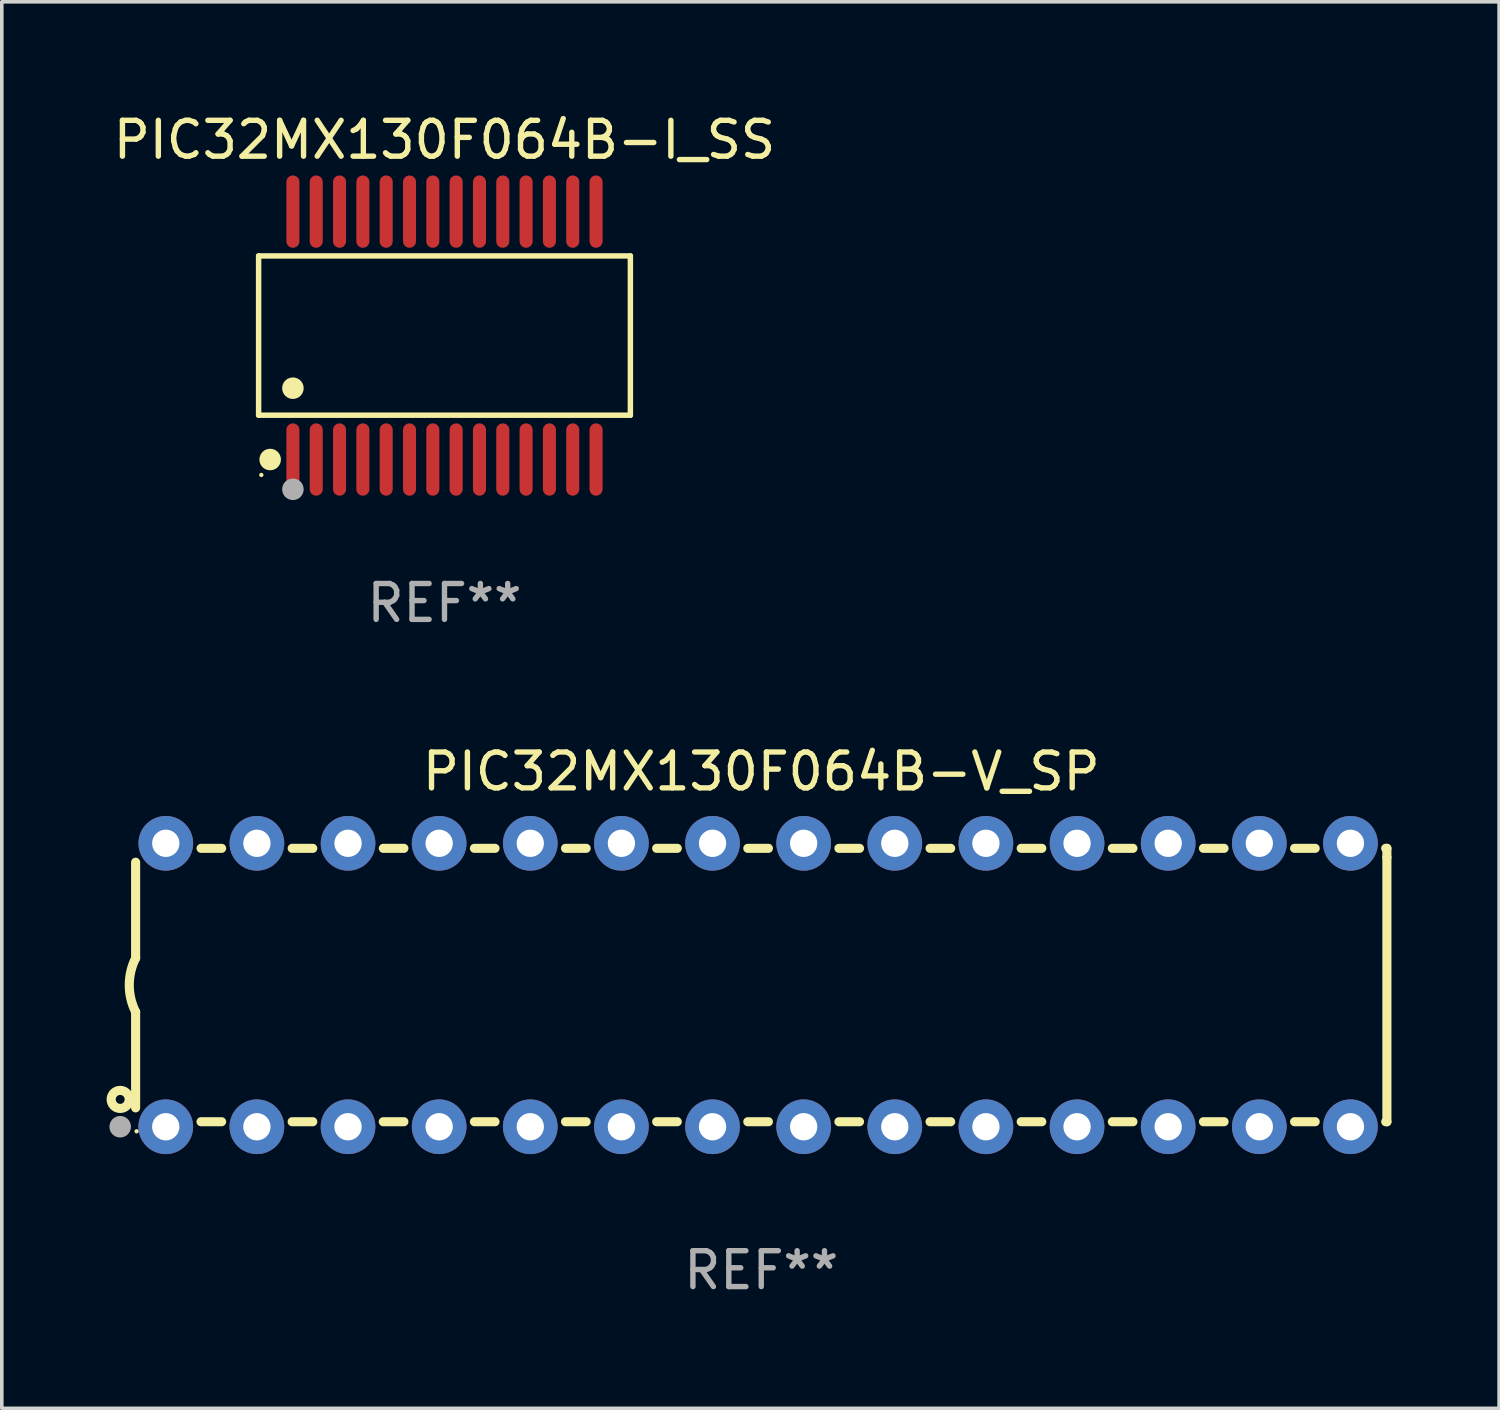
<source format=kicad_pcb>
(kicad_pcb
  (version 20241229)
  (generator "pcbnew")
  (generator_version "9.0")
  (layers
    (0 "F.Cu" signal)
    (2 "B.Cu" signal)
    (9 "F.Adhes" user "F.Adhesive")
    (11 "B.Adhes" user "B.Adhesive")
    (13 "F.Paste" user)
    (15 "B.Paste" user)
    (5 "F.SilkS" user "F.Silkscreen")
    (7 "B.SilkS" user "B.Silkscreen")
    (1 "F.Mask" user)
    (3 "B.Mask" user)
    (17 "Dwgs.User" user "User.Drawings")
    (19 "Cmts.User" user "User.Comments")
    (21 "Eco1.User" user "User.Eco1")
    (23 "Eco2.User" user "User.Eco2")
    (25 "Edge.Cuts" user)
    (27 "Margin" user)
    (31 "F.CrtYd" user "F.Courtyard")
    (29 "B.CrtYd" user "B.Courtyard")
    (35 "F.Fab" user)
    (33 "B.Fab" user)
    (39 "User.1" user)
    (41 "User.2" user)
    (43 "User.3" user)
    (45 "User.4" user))
  (footprint "PIC32MX130F064B-V_SP"
    (layer "F.Cu")
    (at 18.168 24.405)
    (property "Reference" "PIC32MX130F064B-V_SP" (at 0 -5.95 0) (layer "F.SilkS") (effects (font (size 1 1) (thickness 0.15))))
    (attr through_hole)
    (fp_line (start -17.438 0.75) (end -17.438 3.423) (stroke (width 0.254) (type solid)) (layer "F.SilkS"))
    (fp_line (start -17.438 -3.423) (end -17.438 -0.75) (stroke (width 0.254) (type solid)) (layer "F.SilkS"))
    (fp_line (start -15.615 3.81) (end -15.041 3.81) (stroke (width 0.254) (type solid)) (layer "F.SilkS"))
    (fp_line (start -15.041 -3.81) (end -15.614 -3.81) (stroke (width 0.254) (type solid)) (layer "F.SilkS"))
    (fp_line (start -13.075 3.81) (end -12.501 3.81) (stroke (width 0.254) (type solid)) (layer "F.SilkS"))
    (fp_line (start -12.501 -3.81) (end -13.074 -3.81) (stroke (width 0.254) (type solid)) (layer "F.SilkS"))
    (fp_line (start -10.535 3.81) (end -9.961 3.81) (stroke (width 0.254) (type solid)) (layer "F.SilkS"))
    (fp_line (start -9.961 -3.81) (end -10.534 -3.81) (stroke (width 0.254) (type solid)) (layer "F.SilkS"))
    (fp_line (start -7.995 3.81) (end -7.421 3.81) (stroke (width 0.254) (type solid)) (layer "F.SilkS"))
    (fp_line (start -7.421 -3.81) (end -7.995 -3.81) (stroke (width 0.254) (type solid)) (layer "F.SilkS"))
    (fp_line (start -5.455 3.81) (end -4.881 3.81) (stroke (width 0.254) (type solid)) (layer "F.SilkS"))
    (fp_line (start -4.881 -3.81) (end -5.455 -3.81) (stroke (width 0.254) (type solid)) (layer "F.SilkS"))
    (fp_line (start -2.915 3.81) (end -2.341 3.81) (stroke (width 0.254) (type solid)) (layer "F.SilkS"))
    (fp_line (start -2.341 -3.81) (end -2.915 -3.81) (stroke (width 0.254) (type solid)) (layer "F.SilkS"))
    (fp_line (start -0.375 3.81) (end 0.199 3.81) (stroke (width 0.254) (type solid)) (layer "F.SilkS"))
    (fp_line (start 0.199 -3.81) (end -0.375 -3.81) (stroke (width 0.254) (type solid)) (layer "F.SilkS"))
    (fp_line (start 2.165 3.81) (end 2.739 3.81) (stroke (width 0.254) (type solid)) (layer "F.SilkS"))
    (fp_line (start 2.739 -3.81) (end 2.165 -3.81) (stroke (width 0.254) (type solid)) (layer "F.SilkS"))
    (fp_line (start 4.705 3.81) (end 5.279 3.81) (stroke (width 0.254) (type solid)) (layer "F.SilkS"))
    (fp_line (start 5.279 -3.81) (end 4.705 -3.81) (stroke (width 0.254) (type solid)) (layer "F.SilkS"))
    (fp_line (start 7.245 3.81) (end 7.819 3.81) (stroke (width 0.254) (type solid)) (layer "F.SilkS"))
    (fp_line (start 7.819 -3.81) (end 7.245 -3.81) (stroke (width 0.254) (type solid)) (layer "F.SilkS"))
    (fp_line (start 9.785 3.81) (end 10.359 3.81) (stroke (width 0.254) (type solid)) (layer "F.SilkS"))
    (fp_line (start 10.359 -3.81) (end 9.785 -3.81) (stroke (width 0.254) (type solid)) (layer "F.SilkS"))
    (fp_line (start 12.325 3.81) (end 12.899 3.81) (stroke (width 0.254) (type solid)) (layer "F.SilkS"))
    (fp_line (start 12.899 -3.81) (end 12.325 -3.81) (stroke (width 0.254) (type solid)) (layer "F.SilkS"))
    (fp_line (start 14.865 3.81) (end 15.439 3.81) (stroke (width 0.254) (type solid)) (layer "F.SilkS"))
    (fp_line (start 15.439 -3.81) (end 14.865 -3.81) (stroke (width 0.254) (type solid)) (layer "F.SilkS"))
    (fp_line (start 17.405 3.81) (end 17.438 3.81) (stroke (width 0.254) (type solid)) (layer "F.SilkS"))
    (fp_line (start 17.438 -3.81) (end 17.405 -3.81) (stroke (width 0.254) (type solid)) (layer "F.SilkS"))
    (fp_line (start 17.438 -3.556) (end 17.438 -3.81) (stroke (width 0.254) (type solid)) (layer "F.SilkS"))
    (fp_line (start 17.438 3.81) (end 17.438 -3.556) (stroke (width 0.254) (type solid)) (layer "F.SilkS"))
    (fp_arc (start -17.437986 0.749657) (mid -17.614887 -0.000024) (end -17.437783 -0.749657) (stroke (width 0.254001) (type solid)) (layer "F.SilkS"))
    (fp_circle (center -17.868 3.188) (end -17.743 3.188) (stroke (width 0.254) (type solid)) (fill no) (layer "F.SilkS"))
    (fp_circle (center -17.411 4.077) (end -17.381 4.077) (stroke (width 0.06) (type solid)) (fill no) (layer "F.SilkS"))
    (fp_circle (center -17.868 3.95) (end -17.718 3.95) (stroke (width 0.3) (type solid)) (fill no) (layer "F.Fab"))
    (fp_text user "REF**" (at 0 7.95 0) (layer "F.Fab") (effects (font (size 1 1) (thickness 0.15))))
    (pad "1" thru_hole circle (at -16.598 3.95) (size 1.524 1.524) (drill 0.762) (layers "*.Cu" "*.Mask"))
    (pad "2" thru_hole circle (at -14.058 3.95) (size 1.524 1.524) (drill 0.762) (layers "*.Cu" "*.Mask"))
    (pad "3" thru_hole circle (at -11.518 3.95) (size 1.524 1.524) (drill 0.762) (layers "*.Cu" "*.Mask"))
    (pad "4" thru_hole circle (at -8.978 3.95) (size 1.524 1.524) (drill 0.762) (layers "*.Cu" "*.Mask"))
    (pad "5" thru_hole circle (at -6.438 3.95) (size 1.524 1.524) (drill 0.762) (layers "*.Cu" "*.Mask"))
    (pad "6" thru_hole circle (at -3.898 3.95) (size 1.524 1.524) (drill 0.762) (layers "*.Cu" "*.Mask"))
    (pad "7" thru_hole circle (at -1.358 3.95) (size 1.524 1.524) (drill 0.762) (layers "*.Cu" "*.Mask"))
    (pad "8" thru_hole circle (at 1.182 3.95) (size 1.524 1.524) (drill 0.762) (layers "*.Cu" "*.Mask"))
    (pad "9" thru_hole circle (at 3.722 3.95) (size 1.524 1.524) (drill 0.762) (layers "*.Cu" "*.Mask"))
    (pad "10" thru_hole circle (at 6.262 3.95) (size 1.524 1.524) (drill 0.762) (layers "*.Cu" "*.Mask"))
    (pad "11" thru_hole circle (at 8.802 3.95) (size 1.524 1.524) (drill 0.762) (layers "*.Cu" "*.Mask"))
    (pad "12" thru_hole circle (at 11.342 3.95) (size 1.524 1.524) (drill 0.762) (layers "*.Cu" "*.Mask"))
    (pad "13" thru_hole circle (at 13.882 3.95) (size 1.524 1.524) (drill 0.762) (layers "*.Cu" "*.Mask"))
    (pad "14" thru_hole circle (at 16.422 3.95) (size 1.524 1.524) (drill 0.762) (layers "*.Cu" "*.Mask"))
    (pad "15" thru_hole circle (at 16.422 -3.95) (size 1.524 1.524) (drill 0.762) (layers "*.Cu" "*.Mask"))
    (pad "16" thru_hole circle (at 13.882 -3.95) (size 1.524 1.524) (drill 0.762) (layers "*.Cu" "*.Mask"))
    (pad "17" thru_hole circle (at 11.342 -3.95) (size 1.524 1.524) (drill 0.762) (layers "*.Cu" "*.Mask"))
    (pad "18" thru_hole circle (at 8.802 -3.95) (size 1.524 1.524) (drill 0.762) (layers "*.Cu" "*.Mask"))
    (pad "19" thru_hole circle (at 6.262 -3.95) (size 1.524 1.524) (drill 0.762) (layers "*.Cu" "*.Mask"))
    (pad "20" thru_hole circle (at 3.722 -3.95) (size 1.524 1.524) (drill 0.762) (layers "*.Cu" "*.Mask"))
    (pad "21" thru_hole circle (at 1.182 -3.95) (size 1.524 1.524) (drill 0.762) (layers "*.Cu" "*.Mask"))
    (pad "22" thru_hole circle (at -1.358 -3.95) (size 1.524 1.524) (drill 0.762) (layers "*.Cu" "*.Mask"))
    (pad "23" thru_hole circle (at -3.898 -3.95) (size 1.524 1.524) (drill 0.762) (layers "*.Cu" "*.Mask"))
    (pad "24" thru_hole circle (at -6.438 -3.95) (size 1.524 1.524) (drill 0.762) (layers "*.Cu" "*.Mask"))
    (pad "25" thru_hole circle (at -8.978 -3.95) (size 1.524 1.524) (drill 0.762) (layers "*.Cu" "*.Mask"))
    (pad "26" thru_hole circle (at -11.517 -3.95) (size 1.524 1.524) (drill 0.762) (layers "*.Cu" "*.Mask"))
    (pad "27" thru_hole circle (at -14.057 -3.95) (size 1.524 1.524) (drill 0.762) (layers "*.Cu" "*.Mask"))
    (pad "28" thru_hole circle (at -16.597 -3.95) (size 1.524 1.524) (drill 0.762) (layers "*.Cu" "*.Mask")))
  (footprint "PIC32MX130F064B-I_SS"
    (layer "F.Cu")
    (at 9.339 6.303)
    (property "Reference" "PIC32MX130F064B-I_SS" (at 0 -5.455 0) (layer "F.SilkS") (effects (font (size 1 1) (thickness 0.15))))
    (attr through_hole)
    (fp_line (start -5.181 -2.219) (end 5.181 -2.219) (stroke (width 0.152) (type solid)) (layer "F.SilkS"))
    (fp_line (start -5.181 2.219) (end -5.181 -2.219) (stroke (width 0.152) (type solid)) (layer "F.SilkS"))
    (fp_line (start 5.181 -2.219) (end 5.181 2.219) (stroke (width 0.152) (type solid)) (layer "F.SilkS"))
    (fp_line (start 5.181 2.219) (end -5.181 2.219) (stroke (width 0.152) (type solid)) (layer "F.SilkS"))
    (fp_circle (center -5.105 3.885) (end -5.075 3.885) (stroke (width 0.06) (type solid)) (fill no) (layer "F.SilkS"))
    (fp_circle (center -4.859 3.455) (end -4.709 3.455) (stroke (width 0.3) (type solid)) (fill no) (layer "F.SilkS"))
    (fp_circle (center -4.225 1.467) (end -4.075 1.467) (stroke (width 0.3) (type solid)) (fill no) (layer "F.SilkS"))
    (fp_circle (center -4.225 4.285) (end -4.075 4.285) (stroke (width 0.3) (type solid)) (fill no) (layer "F.Fab"))
    (fp_text user "REF**" (at 0 7.455 0) (layer "F.Fab") (effects (font (size 1 1) (thickness 0.15))))
    (pad "1" smd oval (at -4.225 3.455) (size 0.364 2.015) (layers "F.Cu" "F.Mask" "F.Paste"))
    (pad "2" smd oval (at -3.575 3.455) (size 0.364 2.015) (layers "F.Cu" "F.Mask" "F.Paste"))
    (pad "3" smd oval (at -2.925 3.455) (size 0.364 2.015) (layers "F.Cu" "F.Mask" "F.Paste"))
    (pad "4" smd oval (at -2.275 3.455) (size 0.364 2.015) (layers "F.Cu" "F.Mask" "F.Paste"))
    (pad "5" smd oval (at -1.625 3.455) (size 0.364 2.015) (layers "F.Cu" "F.Mask" "F.Paste"))
    (pad "6" smd oval (at -0.975 3.455) (size 0.364 2.015) (layers "F.Cu" "F.Mask" "F.Paste"))
    (pad "7" smd oval (at -0.325 3.455) (size 0.364 2.015) (layers "F.Cu" "F.Mask" "F.Paste"))
    (pad "8" smd oval (at 0.325 3.455) (size 0.364 2.015) (layers "F.Cu" "F.Mask" "F.Paste"))
    (pad "9" smd oval (at 0.975 3.455) (size 0.364 2.015) (layers "F.Cu" "F.Mask" "F.Paste"))
    (pad "10" smd oval (at 1.625 3.455) (size 0.364 2.015) (layers "F.Cu" "F.Mask" "F.Paste"))
    (pad "11" smd oval (at 2.275 3.455) (size 0.364 2.015) (layers "F.Cu" "F.Mask" "F.Paste"))
    (pad "12" smd oval (at 2.925 3.455) (size 0.364 2.015) (layers "F.Cu" "F.Mask" "F.Paste"))
    (pad "13" smd oval (at 3.575 3.455) (size 0.364 2.015) (layers "F.Cu" "F.Mask" "F.Paste"))
    (pad "14" smd oval (at 4.225 3.455) (size 0.364 2.015) (layers "F.Cu" "F.Mask" "F.Paste"))
    (pad "15" smd oval (at 4.225 -3.455) (size 0.364 2.015) (layers "F.Cu" "F.Mask" "F.Paste"))
    (pad "16" smd oval (at 3.575 -3.455) (size 0.364 2.015) (layers "F.Cu" "F.Mask" "F.Paste"))
    (pad "17" smd oval (at 2.925 -3.455) (size 0.364 2.015) (layers "F.Cu" "F.Mask" "F.Paste"))
    (pad "18" smd oval (at 2.275 -3.455) (size 0.364 2.015) (layers "F.Cu" "F.Mask" "F.Paste"))
    (pad "19" smd oval (at 1.625 -3.455) (size 0.364 2.015) (layers "F.Cu" "F.Mask" "F.Paste"))
    (pad "20" smd oval (at 0.975 -3.455) (size 0.364 2.015) (layers "F.Cu" "F.Mask" "F.Paste"))
    (pad "21" smd oval (at 0.325 -3.455) (size 0.364 2.015) (layers "F.Cu" "F.Mask" "F.Paste"))
    (pad "22" smd oval (at -0.325 -3.455) (size 0.364 2.015) (layers "F.Cu" "F.Mask" "F.Paste"))
    (pad "23" smd oval (at -0.975 -3.455) (size 0.364 2.015) (layers "F.Cu" "F.Mask" "F.Paste"))
    (pad "24" smd oval (at -1.625 -3.455) (size 0.364 2.015) (layers "F.Cu" "F.Mask" "F.Paste"))
    (pad "25" smd oval (at -2.275 -3.455) (size 0.364 2.015) (layers "F.Cu" "F.Mask" "F.Paste"))
    (pad "26" smd oval (at -2.925 -3.455) (size 0.364 2.015) (layers "F.Cu" "F.Mask" "F.Paste"))
    (pad "27" smd oval (at -3.575 -3.455) (size 0.364 2.015) (layers "F.Cu" "F.Mask" "F.Paste"))
    (pad "28" smd oval (at -4.225 -3.455) (size 0.364 2.015) (layers "F.Cu" "F.Mask" "F.Paste")))
  (gr_rect
    (start -3 -3)
    (end 38.733 36.203)
    (stroke (width 0.1) (type default))
    (fill no)
    (layer "Edge.Cuts")))
</source>
